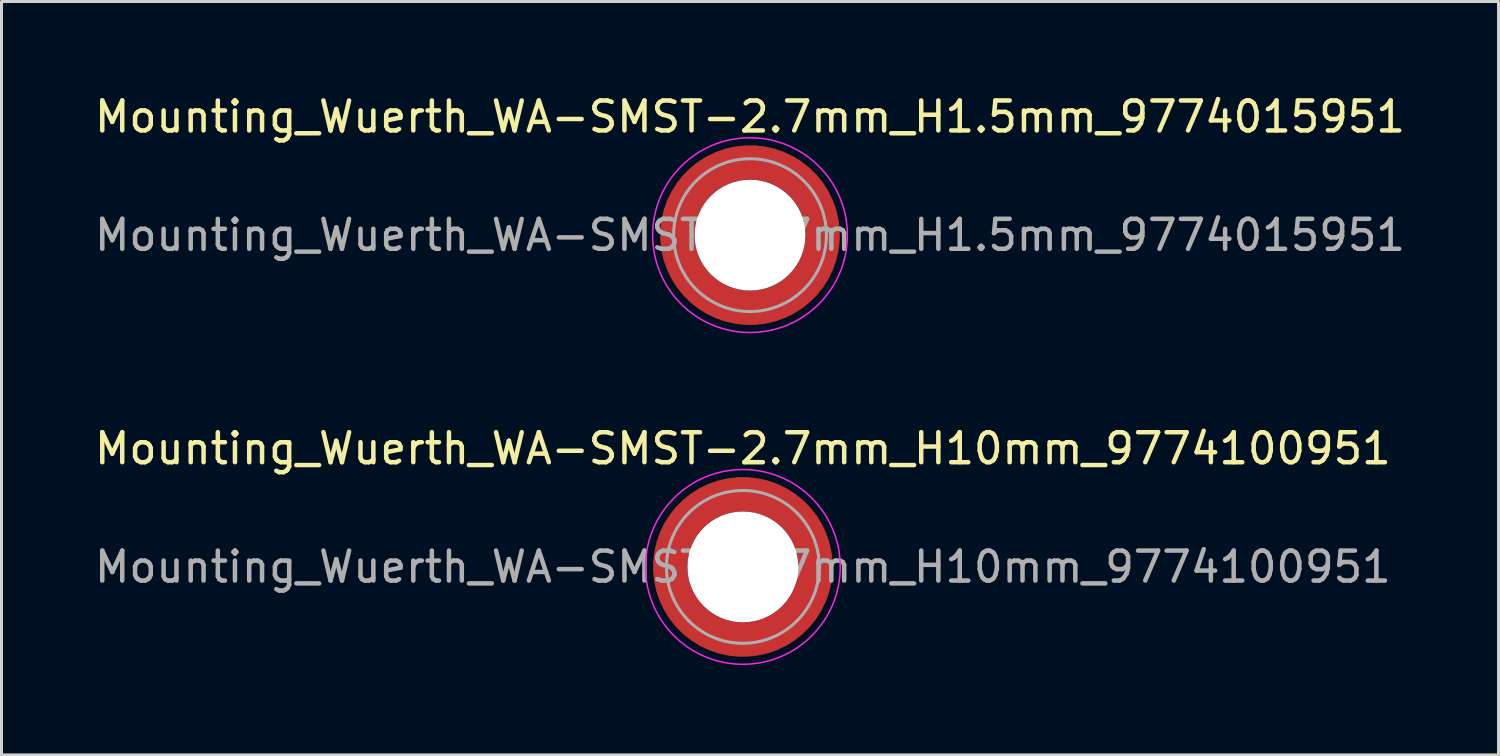
<source format=kicad_pcb>
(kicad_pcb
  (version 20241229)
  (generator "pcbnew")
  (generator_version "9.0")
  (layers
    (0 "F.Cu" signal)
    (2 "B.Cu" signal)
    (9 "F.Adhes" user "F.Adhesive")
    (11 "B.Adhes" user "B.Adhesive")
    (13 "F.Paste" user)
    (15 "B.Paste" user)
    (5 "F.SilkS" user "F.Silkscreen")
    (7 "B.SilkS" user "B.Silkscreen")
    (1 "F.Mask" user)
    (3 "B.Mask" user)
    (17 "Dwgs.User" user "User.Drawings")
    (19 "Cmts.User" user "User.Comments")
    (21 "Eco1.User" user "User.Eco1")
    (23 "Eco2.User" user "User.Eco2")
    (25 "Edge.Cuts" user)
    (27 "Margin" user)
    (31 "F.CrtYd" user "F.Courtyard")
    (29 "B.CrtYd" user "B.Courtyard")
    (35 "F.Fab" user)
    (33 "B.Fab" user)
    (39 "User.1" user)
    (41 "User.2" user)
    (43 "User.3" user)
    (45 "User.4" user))
  (footprint "Mounting_Wuerth_WA-SMST-2.7mm_H10mm_9774100951"
    (layer "F.Cu")
    (at 21.744 15.871)
    (property "Reference" "Mounting_Wuerth_WA-SMST-2.7mm_H10mm_9774100951" (at 0 -3.95 0) (layer "F.SilkS") (effects (font (size 1 1) (thickness 0.15))))
    (attr smd)
    (fp_circle (center 0 0) (end 3.25 0) (stroke (width 0.05) (type solid)) (fill no) (layer "F.CrtYd"))
    (fp_circle (center 0 0) (end 2.55 0) (stroke (width 0.1) (type solid)) (fill no) (layer "F.Fab"))
    (fp_text user "${REFERENCE}" (at 0 0 0) (layer "F.Fab") (effects (font (size 1 1) (thickness 0.15))))
    (pad "" smd custom (at -1.704 -1.704) (size 0.62 0.62) (layers "F.Paste") (options (anchor circle)) (primitives (gr_arc (start -0.250195 1.279127) (mid 0.289146 0.290681) (end 1.277006 -0.249732) (width 0.2)) (gr_arc (start -0.34334 1.279127) (mid 0.224883 0.226093) (end 1.277452 -0.342992) (width 0.2)) (gr_arc (start -0.436309 1.279127) (mid 0.160537 0.16159) (end 1.277666 -0.436018) (width 0.2)) (gr_arc (start -0.529126 1.279127) (mid 0.095932 0.097343) (end 1.277167 -0.528752) (width 0.2)) (gr_arc (start -0.621807 1.279127) (mid 0.0309 0.033527) (end 1.275473 -0.621136) (width 0.2)) (gr_arc (start -0.71437 1.279127) (mid -0.03322 -0.031206) (end 1.276322 -0.713875) (width 0.2)) (gr_arc (start -0.806826 1.279127) (mid -0.097997 -0.095278) (end 1.275336 -0.806181) (width 0.2)) (gr_arc (start -0.899187 1.279127) (mid -0.161977 -0.160149) (end 1.276577 -0.898769) (width 0.2)) (gr_arc (start -0.991463 1.279127) (mid -0.226842 -0.224133) (end 1.275343 -0.990864) (width 0.2)) (gr_arc (start -1.083663 1.279127) (mid -0.291026 -0.288801) (end 1.276016 -1.083187) (width 0.2)) (gr_line (start 1.279 -0.25) (end 1.279 -1.084) (width 0.2)) (gr_line (start -0.25 1.279) (end -1.084 1.279) (width 0.2))))
    (pad "" smd custom (at -1.704 1.704) (size 0.62 0.62) (layers "F.Paste") (options (anchor circle)) (primitives (gr_arc (start 1.279127 0.250195) (mid 0.290681 -0.289146) (end -0.249732 -1.277006) (width 0.2)) (gr_arc (start 1.279127 0.34334) (mid 0.226093 -0.224883) (end -0.342992 -1.277452) (width 0.2)) (gr_arc (start 1.279127 0.436309) (mid 0.16159 -0.160537) (end -0.436018 -1.277666) (width 0.2)) (gr_arc (start 1.279127 0.529126) (mid 0.097343 -0.095932) (end -0.528752 -1.277167) (width 0.2)) (gr_arc (start 1.279127 0.621807) (mid 0.033527 -0.0309) (end -0.621136 -1.275473) (width 0.2)) (gr_arc (start 1.279127 0.71437) (mid -0.031206 0.03322) (end -0.713875 -1.276322) (width 0.2)) (gr_arc (start 1.279127 0.806826) (mid -0.095278 0.097997) (end -0.806181 -1.275336) (width 0.2)) (gr_arc (start 1.279127 0.899187) (mid -0.160149 0.161977) (end -0.898769 -1.276577) (width 0.2)) (gr_arc (start 1.279127 0.991463) (mid -0.224133 0.226842) (end -0.990864 -1.275343) (width 0.2)) (gr_arc (start 1.279127 1.083663) (mid -0.288801 0.291026) (end -1.083187 -1.276016) (width 0.2)) (gr_line (start -0.25 -1.279) (end -1.084 -1.279) (width 0.2)) (gr_line (start 1.279 0.25) (end 1.279 1.084) (width 0.2))))
    (pad "" np_thru_hole circle (at 0 0) (size 3.7 3.7) (drill 3.7) (layers "*.Cu" "*.Mask"))
    (pad "" smd custom (at 1.704 -1.704) (size 0.62 0.62) (layers "F.Paste") (options (anchor circle)) (primitives (gr_arc (start -1.279127 -0.250195) (mid -0.290681 0.289146) (end 0.249732 1.277006) (width 0.2)) (gr_arc (start -1.279127 -0.34334) (mid -0.226093 0.224883) (end 0.342992 1.277452) (width 0.2)) (gr_arc (start -1.279127 -0.436309) (mid -0.16159 0.160537) (end 0.436018 1.277666) (width 0.2)) (gr_arc (start -1.279127 -0.529126) (mid -0.097343 0.095932) (end 0.528752 1.277167) (width 0.2)) (gr_arc (start -1.279127 -0.621807) (mid -0.033527 0.0309) (end 0.621136 1.275473) (width 0.2)) (gr_arc (start -1.279127 -0.71437) (mid 0.031206 -0.03322) (end 0.713875 1.276322) (width 0.2)) (gr_arc (start -1.279127 -0.806826) (mid 0.095278 -0.097997) (end 0.806181 1.275336) (width 0.2)) (gr_arc (start -1.279127 -0.899187) (mid 0.160149 -0.161977) (end 0.898769 1.276577) (width 0.2)) (gr_arc (start -1.279127 -0.991463) (mid 0.224133 -0.226842) (end 0.990864 1.275343) (width 0.2)) (gr_arc (start -1.279127 -1.083663) (mid 0.288801 -0.291026) (end 1.083187 1.276016) (width 0.2)) (gr_line (start 0.25 1.279) (end 1.084 1.279) (width 0.2)) (gr_line (start -1.279 -0.25) (end -1.279 -1.084) (width 0.2))))
    (pad "" smd custom (at 1.704 1.704) (size 0.62 0.62) (layers "F.Paste") (options (anchor circle)) (primitives (gr_arc (start 0.250195 -1.279127) (mid -0.289146 -0.290681) (end -1.277006 0.249732) (width 0.2)) (gr_arc (start 0.34334 -1.279127) (mid -0.224883 -0.226093) (end -1.277452 0.342992) (width 0.2)) (gr_arc (start 0.436309 -1.279127) (mid -0.160537 -0.16159) (end -1.277666 0.436018) (width 0.2)) (gr_arc (start 0.529126 -1.279127) (mid -0.095932 -0.097343) (end -1.277167 0.528752) (width 0.2)) (gr_arc (start 0.621807 -1.279127) (mid -0.0309 -0.033527) (end -1.275473 0.621136) (width 0.2)) (gr_arc (start 0.71437 -1.279127) (mid 0.03322 0.031206) (end -1.276322 0.713875) (width 0.2)) (gr_arc (start 0.806826 -1.279127) (mid 0.097997 0.095278) (end -1.275336 0.806181) (width 0.2)) (gr_arc (start 0.899187 -1.279127) (mid 0.161977 0.160149) (end -1.276577 0.898769) (width 0.2)) (gr_arc (start 0.991463 -1.279127) (mid 0.226842 0.224133) (end -1.275343 0.990864) (width 0.2)) (gr_arc (start 1.083663 -1.279127) (mid 0.291026 0.288801) (end -1.276016 1.083187) (width 0.2)) (gr_line (start -1.279 0.25) (end -1.279 1.084) (width 0.2)) (gr_line (start 0.25 -1.279) (end 1.084 -1.279) (width 0.2))))
    (pad "1" smd circle (at -2.425 0) (size 0.75 0.75) (layers "F.Cu"))
    (pad "1" smd circle (at 0 -2.425) (size 0.75 0.75) (layers "F.Cu"))
    (pad "1" smd circle (at 0 2.425) (size 0.75 0.75) (layers "F.Cu"))
    (pad "1" smd custom (at 2.425 0) (size 0.75 0.75) (layers "F.Cu" "F.Mask") (options (anchor circle)) (primitives (gr_circle (center -2.425 0) (end 0 0) (width 1.15) (fill no)))))
  (footprint "Mounting_Wuerth_WA-SMST-2.7mm_H1.5mm_9774015951"
    (layer "F.Cu")
    (at 21.982 4.798)
    (property "Reference" "Mounting_Wuerth_WA-SMST-2.7mm_H1.5mm_9774015951" (at 0 -3.95 0) (layer "F.SilkS") (effects (font (size 1 1) (thickness 0.15))))
    (attr smd)
    (fp_circle (center 0 0) (end 3.25 0) (stroke (width 0.05) (type solid)) (fill no) (layer "F.CrtYd"))
    (fp_circle (center 0 0) (end 2.55 0) (stroke (width 0.1) (type solid)) (fill no) (layer "F.Fab"))
    (fp_text user "${REFERENCE}" (at 0 0 0) (layer "F.Fab") (effects (font (size 1 1) (thickness 0.15))))
    (pad "" smd custom (at -1.704 -1.704) (size 0.62 0.62) (layers "F.Paste") (options (anchor circle)) (primitives (gr_arc (start -0.250195 1.279127) (mid 0.289146 0.290681) (end 1.277006 -0.249732) (width 0.2)) (gr_arc (start -0.34334 1.279127) (mid 0.224883 0.226093) (end 1.277452 -0.342992) (width 0.2)) (gr_arc (start -0.436309 1.279127) (mid 0.160537 0.16159) (end 1.277666 -0.436018) (width 0.2)) (gr_arc (start -0.529126 1.279127) (mid 0.095932 0.097343) (end 1.277167 -0.528752) (width 0.2)) (gr_arc (start -0.621807 1.279127) (mid 0.0309 0.033527) (end 1.275473 -0.621136) (width 0.2)) (gr_arc (start -0.71437 1.279127) (mid -0.03322 -0.031206) (end 1.276322 -0.713875) (width 0.2)) (gr_arc (start -0.806826 1.279127) (mid -0.097997 -0.095278) (end 1.275336 -0.806181) (width 0.2)) (gr_arc (start -0.899187 1.279127) (mid -0.161977 -0.160149) (end 1.276577 -0.898769) (width 0.2)) (gr_arc (start -0.991463 1.279127) (mid -0.226842 -0.224133) (end 1.275343 -0.990864) (width 0.2)) (gr_arc (start -1.083663 1.279127) (mid -0.291026 -0.288801) (end 1.276016 -1.083187) (width 0.2)) (gr_line (start 1.279 -0.25) (end 1.279 -1.084) (width 0.2)) (gr_line (start -0.25 1.279) (end -1.084 1.279) (width 0.2))))
    (pad "" smd custom (at -1.704 1.704) (size 0.62 0.62) (layers "F.Paste") (options (anchor circle)) (primitives (gr_arc (start 1.279127 0.250195) (mid 0.290681 -0.289146) (end -0.249732 -1.277006) (width 0.2)) (gr_arc (start 1.279127 0.34334) (mid 0.226093 -0.224883) (end -0.342992 -1.277452) (width 0.2)) (gr_arc (start 1.279127 0.436309) (mid 0.16159 -0.160537) (end -0.436018 -1.277666) (width 0.2)) (gr_arc (start 1.279127 0.529126) (mid 0.097343 -0.095932) (end -0.528752 -1.277167) (width 0.2)) (gr_arc (start 1.279127 0.621807) (mid 0.033527 -0.0309) (end -0.621136 -1.275473) (width 0.2)) (gr_arc (start 1.279127 0.71437) (mid -0.031206 0.03322) (end -0.713875 -1.276322) (width 0.2)) (gr_arc (start 1.279127 0.806826) (mid -0.095278 0.097997) (end -0.806181 -1.275336) (width 0.2)) (gr_arc (start 1.279127 0.899187) (mid -0.160149 0.161977) (end -0.898769 -1.276577) (width 0.2)) (gr_arc (start 1.279127 0.991463) (mid -0.224133 0.226842) (end -0.990864 -1.275343) (width 0.2)) (gr_arc (start 1.279127 1.083663) (mid -0.288801 0.291026) (end -1.083187 -1.276016) (width 0.2)) (gr_line (start -0.25 -1.279) (end -1.084 -1.279) (width 0.2)) (gr_line (start 1.279 0.25) (end 1.279 1.084) (width 0.2))))
    (pad "" np_thru_hole circle (at 0 0) (size 3.7 3.7) (drill 3.7) (layers "*.Cu" "*.Mask"))
    (pad "" smd custom (at 1.704 -1.704) (size 0.62 0.62) (layers "F.Paste") (options (anchor circle)) (primitives (gr_arc (start -1.279127 -0.250195) (mid -0.290681 0.289146) (end 0.249732 1.277006) (width 0.2)) (gr_arc (start -1.279127 -0.34334) (mid -0.226093 0.224883) (end 0.342992 1.277452) (width 0.2)) (gr_arc (start -1.279127 -0.436309) (mid -0.16159 0.160537) (end 0.436018 1.277666) (width 0.2)) (gr_arc (start -1.279127 -0.529126) (mid -0.097343 0.095932) (end 0.528752 1.277167) (width 0.2)) (gr_arc (start -1.279127 -0.621807) (mid -0.033527 0.0309) (end 0.621136 1.275473) (width 0.2)) (gr_arc (start -1.279127 -0.71437) (mid 0.031206 -0.03322) (end 0.713875 1.276322) (width 0.2)) (gr_arc (start -1.279127 -0.806826) (mid 0.095278 -0.097997) (end 0.806181 1.275336) (width 0.2)) (gr_arc (start -1.279127 -0.899187) (mid 0.160149 -0.161977) (end 0.898769 1.276577) (width 0.2)) (gr_arc (start -1.279127 -0.991463) (mid 0.224133 -0.226842) (end 0.990864 1.275343) (width 0.2)) (gr_arc (start -1.279127 -1.083663) (mid 0.288801 -0.291026) (end 1.083187 1.276016) (width 0.2)) (gr_line (start 0.25 1.279) (end 1.084 1.279) (width 0.2)) (gr_line (start -1.279 -0.25) (end -1.279 -1.084) (width 0.2))))
    (pad "" smd custom (at 1.704 1.704) (size 0.62 0.62) (layers "F.Paste") (options (anchor circle)) (primitives (gr_arc (start 0.250195 -1.279127) (mid -0.289146 -0.290681) (end -1.277006 0.249732) (width 0.2)) (gr_arc (start 0.34334 -1.279127) (mid -0.224883 -0.226093) (end -1.277452 0.342992) (width 0.2)) (gr_arc (start 0.436309 -1.279127) (mid -0.160537 -0.16159) (end -1.277666 0.436018) (width 0.2)) (gr_arc (start 0.529126 -1.279127) (mid -0.095932 -0.097343) (end -1.277167 0.528752) (width 0.2)) (gr_arc (start 0.621807 -1.279127) (mid -0.0309 -0.033527) (end -1.275473 0.621136) (width 0.2)) (gr_arc (start 0.71437 -1.279127) (mid 0.03322 0.031206) (end -1.276322 0.713875) (width 0.2)) (gr_arc (start 0.806826 -1.279127) (mid 0.097997 0.095278) (end -1.275336 0.806181) (width 0.2)) (gr_arc (start 0.899187 -1.279127) (mid 0.161977 0.160149) (end -1.276577 0.898769) (width 0.2)) (gr_arc (start 0.991463 -1.279127) (mid 0.226842 0.224133) (end -1.275343 0.990864) (width 0.2)) (gr_arc (start 1.083663 -1.279127) (mid 0.291026 0.288801) (end -1.276016 1.083187) (width 0.2)) (gr_line (start -1.279 0.25) (end -1.279 1.084) (width 0.2)) (gr_line (start 0.25 -1.279) (end 1.084 -1.279) (width 0.2))))
    (pad "1" smd circle (at -2.425 0) (size 0.75 0.75) (layers "F.Cu"))
    (pad "1" smd circle (at 0 -2.425) (size 0.75 0.75) (layers "F.Cu"))
    (pad "1" smd circle (at 0 2.425) (size 0.75 0.75) (layers "F.Cu"))
    (pad "1" smd custom (at 2.425 0) (size 0.75 0.75) (layers "F.Cu" "F.Mask") (options (anchor circle)) (primitives (gr_circle (center -2.425 0) (end 0 0) (width 1.15) (fill no)))))
  (gr_rect
    (start -3 -3)
    (end 46.964 22.146)
    (stroke (width 0.1) (type default))
    (fill no)
    (layer "Edge.Cuts")))
</source>
